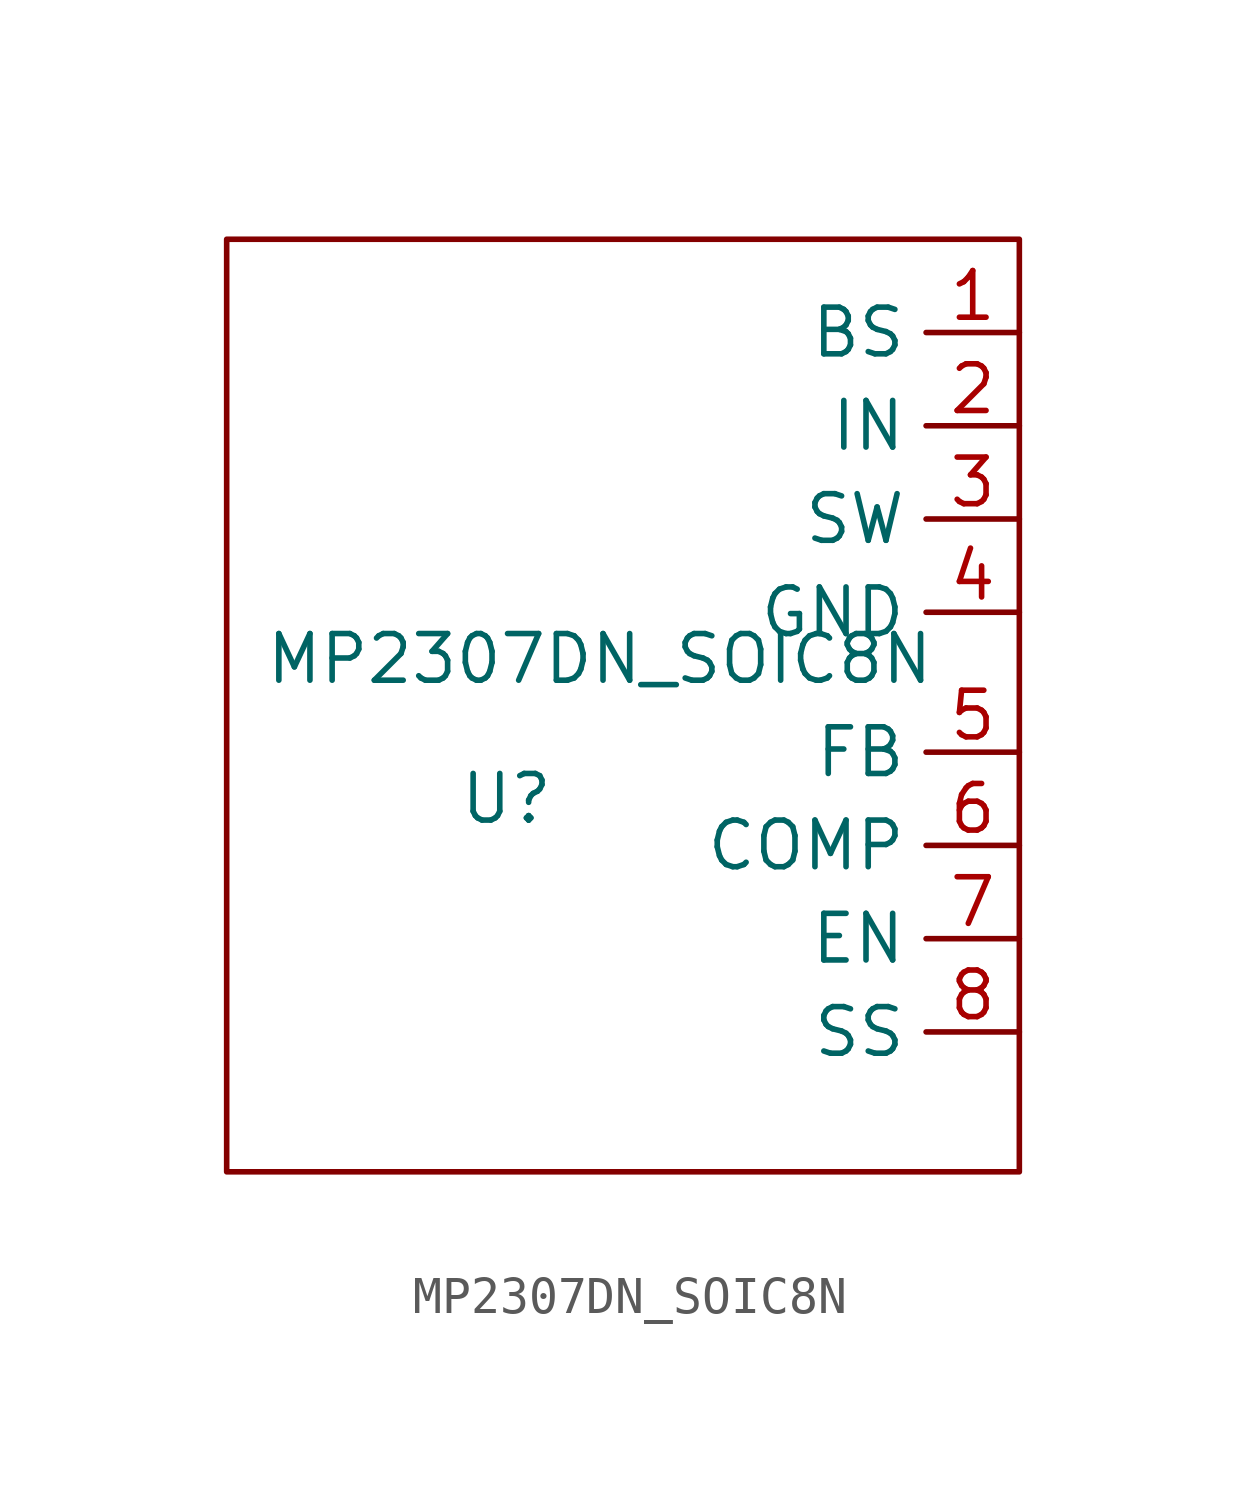
<source format=kicad_sym>
(kicad_symbol_lib
  (version 20211014)
  (generator kicad_symbol_editor)
  (symbol "MP2307DN_SOIC8N"
    (property "Reference" "U"
      (at -2.54 -6.35 0)
      (effects (font (size 1.27 1.27))))
    (property "Value" "MP2307DN_SOIC8N"
      (at 0 -2.54 0)
      (effects (font (size 1.27 1.27))))
    (symbol "MP2307DN_SOIC8N_0_1"
      (rectangle (start -10.16 8.89) (end 11.43 -16.51) (stroke (width 0) (type default) (color 0 0 0 0)) (fill (type none))))
    (symbol "MP2307DN_SOIC8N_1_1"
      (pin input line (at 11.43 6.35 180) (length 2.54) (name "BS" (effects (font (size 1.27 1.27)))) (number "1" (effects (font (size 1.27 1.27)))))
      (pin power_in line (at 11.43 3.81 180) (length 2.54) (name "IN" (effects (font (size 1.27 1.27)))) (number "2" (effects (font (size 1.27 1.27)))))
      (pin power_out line (at 11.43 1.27 180) (length 2.54) (name "SW" (effects (font (size 1.27 1.27)))) (number "3" (effects (font (size 1.27 1.27)))))
      (pin power_out line (at 11.43 -1.27 180) (length 2.54) (name "GND" (effects (font (size 1.27 1.27)))) (number "4" (effects (font (size 1.27 1.27)))))
      (pin input line (at 11.43 -5.08 180) (length 2.54) (name "FB" (effects (font (size 1.27 1.27)))) (number "5" (effects (font (size 1.27 1.27)))))
      (pin bidirectional line (at 11.43 -7.62 180) (length 2.54) (name "COMP" (effects (font (size 1.27 1.27)))) (number "6" (effects (font (size 1.27 1.27)))))
      (pin input line (at 11.43 -10.16 180) (length 2.54) (name "EN" (effects (font (size 1.27 1.27)))) (number "7" (effects (font (size 1.27 1.27)))))
      (pin input line (at 11.43 -12.7 180) (length 2.54) (name "SS" (effects (font (size 1.27 1.27)))) (number "8" (effects (font (size 1.27 1.27))))))))
</source>
